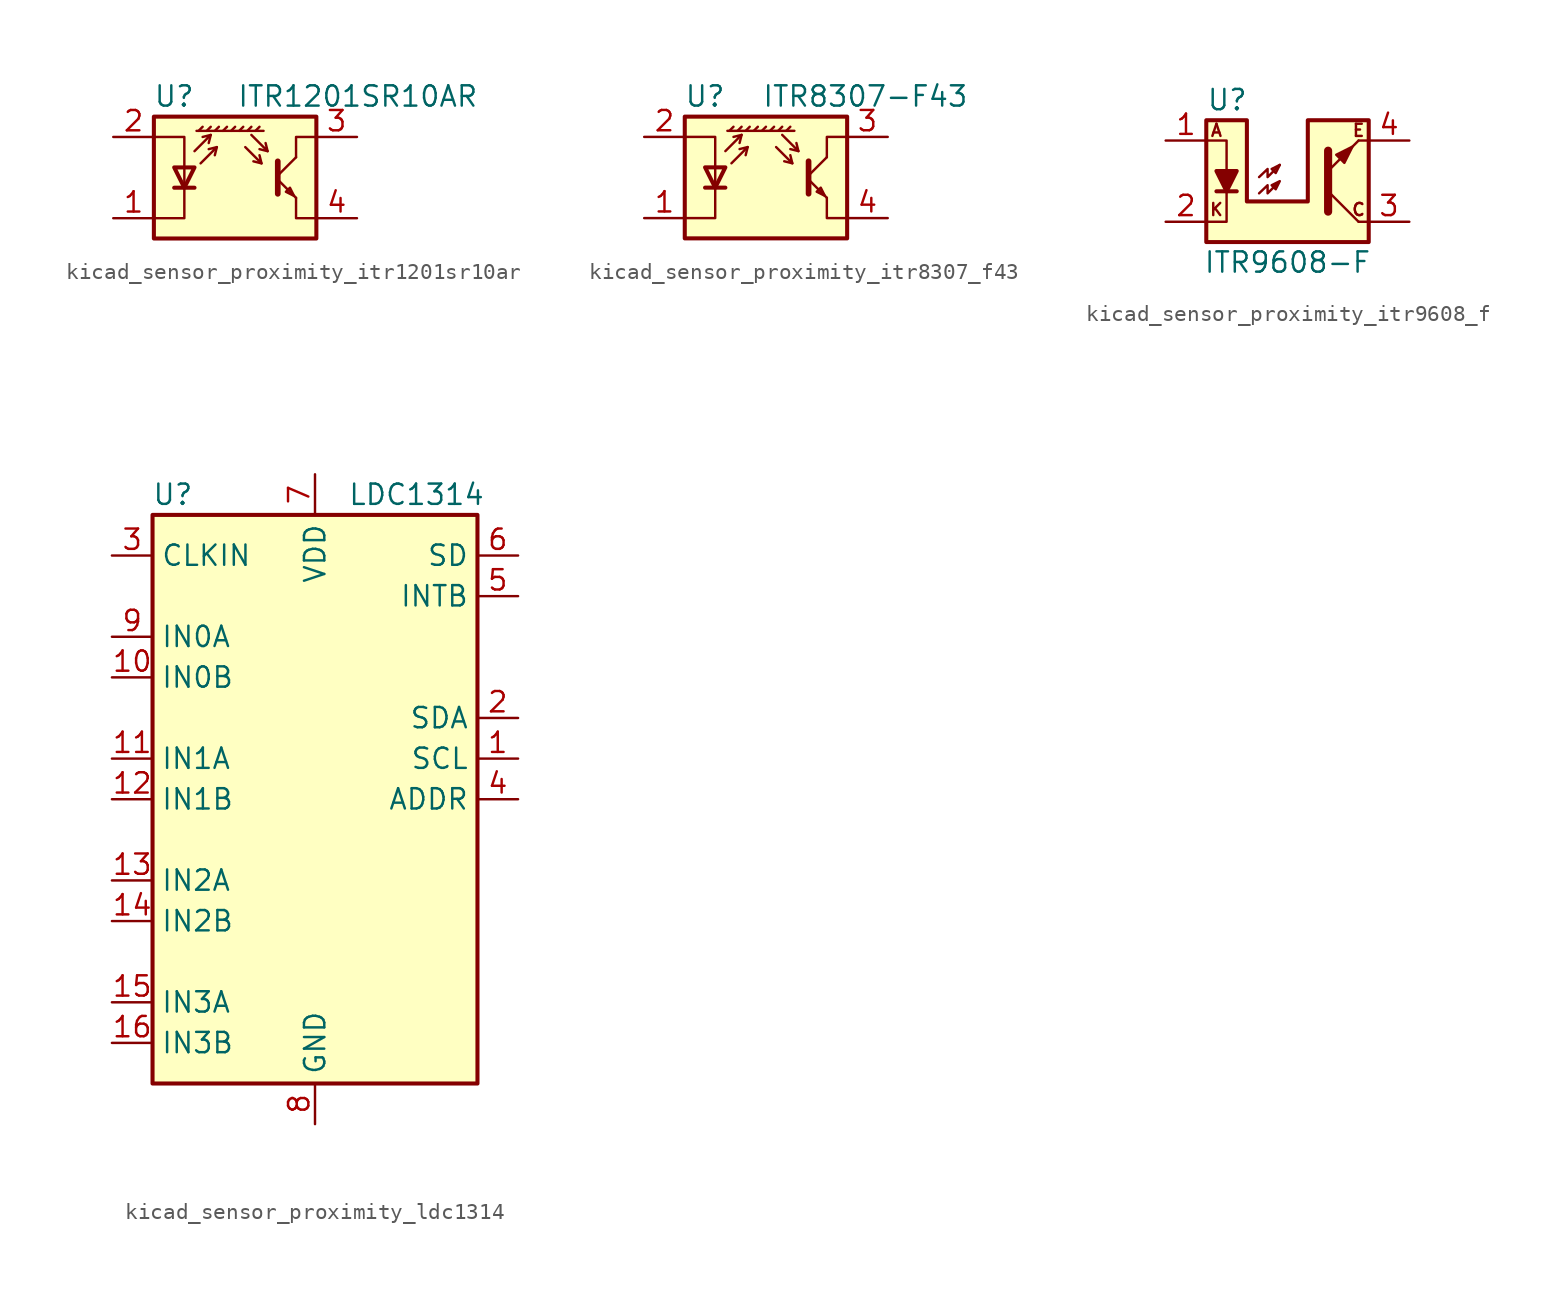
<source format=kicad_sym>
(kicad_symbol_lib
  (version 20220914)
  (generator kicad_symbol_editor)
  (symbol "kicad_sensor_proximity_itr1201sr10ar"
    (pin_names
      (offset 0.025) hide)
    (property "Reference" "U"
      (at -3.81 5.08 0)
      (effects (font (size 1.27 1.27))))
    (property "Value" "ITR1201SR10AR"
      (at 15.24 5.08 0)
      (effects (font (size 1.27 1.27)) (justify right)))
    (symbol "kicad_sensor_proximity_itr1201sr10ar_0_1"
      (polyline (pts (xy -3.81 -0.635) (xy -2.54 -0.635)) (stroke (width 0.254) (type default)) (fill (type none)))
      (polyline (pts (xy -2.286 2.921) (xy -2.032 3.175)) (stroke (width 0) (type default)) (fill (type none)))
      (polyline (pts (xy -1.778 2.921) (xy -1.524 3.175)) (stroke (width 0) (type default)) (fill (type none)))
      (polyline (pts (xy -1.524 2.667) (xy -1.651 2.159)) (stroke (width 0) (type default)) (fill (type none)))
      (polyline (pts (xy -1.27 2.921) (xy -1.016 3.175)) (stroke (width 0) (type default)) (fill (type none)))
      (polyline (pts (xy -1.143 1.905) (xy -1.27 1.397)) (stroke (width 0) (type default)) (fill (type none)))
      (polyline (pts (xy -0.762 2.921) (xy -0.508 3.175)) (stroke (width 0) (type default)) (fill (type none)))
      (polyline (pts (xy -0.254 2.921) (xy 0 3.175)) (stroke (width 0) (type default)) (fill (type none)))
      (polyline (pts (xy 0.254 2.921) (xy 0.508 3.175)) (stroke (width 0) (type default)) (fill (type none)))
      (polyline (pts (xy 0.762 2.921) (xy 1.016 3.175)) (stroke (width 0) (type default)) (fill (type none)))
      (polyline (pts (xy 1.27 2.921) (xy 1.524 3.175)) (stroke (width 0) (type default)) (fill (type none)))
      (polyline (pts (xy 1.651 0.889) (xy 1.143 1.016)) (stroke (width 0) (type default)) (fill (type none)))
      (polyline (pts (xy 1.778 2.921) (xy -2.413 2.921)) (stroke (width 0) (type default)) (fill (type none)))
      (polyline (pts (xy 2.032 1.651) (xy 1.524 1.778)) (stroke (width 0) (type default)) (fill (type none)))
      (polyline (pts (xy 2.667 -0.127) (xy 3.81 -1.27)) (stroke (width 0) (type default)) (fill (type none)))
      (polyline (pts (xy 2.667 0.127) (xy 3.81 1.27)) (stroke (width 0) (type default)) (fill (type none)))
      (polyline (pts (xy -2.54 1.651) (xy -1.524 2.667) (xy -2.032 2.54)) (stroke (width 0) (type default)) (fill (type none)))
      (polyline (pts (xy -2.159 0.889) (xy -1.143 1.905) (xy -1.651 1.778)) (stroke (width 0) (type default)) (fill (type none)))
      (polyline (pts (xy 0.635 1.905) (xy 1.651 0.889) (xy 1.524 1.397)) (stroke (width 0) (type default)) (fill (type none)))
      (polyline (pts (xy 1.016 2.667) (xy 2.032 1.651) (xy 1.905 2.159)) (stroke (width 0) (type default)) (fill (type none)))
      (polyline (pts (xy 2.667 1.016) (xy 2.667 -1.016) (xy 2.667 -1.016)) (stroke (width 0.356) (type default)) (fill (type none)))
      (polyline (pts (xy 3.81 -1.27) (xy 3.81 -2.54) (xy 5.08 -2.54)) (stroke (width 0) (type default)) (fill (type none)))
      (polyline (pts (xy 3.81 1.27) (xy 3.81 2.54) (xy 5.08 2.54)) (stroke (width 0) (type default)) (fill (type none)))
      (polyline (pts (xy -5.08 -2.54) (xy -3.175 -2.54) (xy -3.175 2.54) (xy -5.08 2.54)) (stroke (width 0) (type default)) (fill (type none)))
      (polyline (pts (xy -3.175 -0.635) (xy -3.81 0.635) (xy -2.54 0.635) (xy -3.175 -0.635)) (stroke (width 0.254) (type default)) (fill (type none)))
      (polyline (pts (xy 3.683 -1.143) (xy 3.429 -0.635) (xy 3.175 -0.889) (xy 3.683 -1.143)) (stroke (width 0) (type default)) (fill (type none)))
      (polyline (pts (xy -5.08 -3.81) (xy 5.08 -3.81) (xy 5.08 3.81) (xy -5.08 3.81) (xy -5.08 -3.81)) (stroke (width 0.254) (type default)) (fill (type background))))
    (symbol "kicad_sensor_proximity_itr1201sr10ar_1_1"
      (pin passive line (at -7.62 -2.54 0) (length 2.54) (name "K" (effects (font (size 1.27 1.27)))) (number "1" (effects (font (size 1.27 1.27)))))
      (pin passive line (at -7.62 2.54 0) (length 2.54) (name "A" (effects (font (size 1.27 1.27)))) (number "2" (effects (font (size 1.27 1.27)))))
      (pin open_collector line (at 7.62 2.54 180) (length 2.54) (name "~" (effects (font (size 1.27 1.27)))) (number "3" (effects (font (size 1.27 1.27)))))
      (pin open_emitter line (at 7.62 -2.54 180) (length 2.54) (name "~" (effects (font (size 1.27 1.27)))) (number "4" (effects (font (size 1.27 1.27)))))))
  (symbol "kicad_sensor_proximity_itr8307_f43"
    (pin_names
      (offset 0.025) hide)
    (property "Reference" "U"
      (at -3.81 5.08 0)
      (effects (font (size 1.27 1.27))))
    (property "Value" "ITR8307-F43"
      (at 12.7 5.08 0)
      (effects (font (size 1.27 1.27)) (justify right)))
    (symbol "kicad_sensor_proximity_itr8307_f43_0_1"
      (polyline (pts (xy -3.81 -0.635) (xy -2.54 -0.635)) (stroke (width 0.254) (type default)) (fill (type none)))
      (polyline (pts (xy -2.286 2.921) (xy -2.032 3.175)) (stroke (width 0) (type default)) (fill (type none)))
      (polyline (pts (xy -1.778 2.921) (xy -1.524 3.175)) (stroke (width 0) (type default)) (fill (type none)))
      (polyline (pts (xy -1.524 2.667) (xy -1.651 2.159)) (stroke (width 0) (type default)) (fill (type none)))
      (polyline (pts (xy -1.27 2.921) (xy -1.016 3.175)) (stroke (width 0) (type default)) (fill (type none)))
      (polyline (pts (xy -1.143 1.905) (xy -1.27 1.397)) (stroke (width 0) (type default)) (fill (type none)))
      (polyline (pts (xy -0.762 2.921) (xy -0.508 3.175)) (stroke (width 0) (type default)) (fill (type none)))
      (polyline (pts (xy -0.254 2.921) (xy 0 3.175)) (stroke (width 0) (type default)) (fill (type none)))
      (polyline (pts (xy 0.254 2.921) (xy 0.508 3.175)) (stroke (width 0) (type default)) (fill (type none)))
      (polyline (pts (xy 0.762 2.921) (xy 1.016 3.175)) (stroke (width 0) (type default)) (fill (type none)))
      (polyline (pts (xy 1.27 2.921) (xy 1.524 3.175)) (stroke (width 0) (type default)) (fill (type none)))
      (polyline (pts (xy 1.651 0.889) (xy 1.143 1.016)) (stroke (width 0) (type default)) (fill (type none)))
      (polyline (pts (xy 1.778 2.921) (xy -2.413 2.921)) (stroke (width 0) (type default)) (fill (type none)))
      (polyline (pts (xy 2.032 1.651) (xy 1.524 1.778)) (stroke (width 0) (type default)) (fill (type none)))
      (polyline (pts (xy 2.667 -0.127) (xy 3.81 -1.27)) (stroke (width 0) (type default)) (fill (type none)))
      (polyline (pts (xy 2.667 0.127) (xy 3.81 1.27)) (stroke (width 0) (type default)) (fill (type none)))
      (polyline (pts (xy -2.54 1.651) (xy -1.524 2.667) (xy -2.032 2.54)) (stroke (width 0) (type default)) (fill (type none)))
      (polyline (pts (xy -2.159 0.889) (xy -1.143 1.905) (xy -1.651 1.778)) (stroke (width 0) (type default)) (fill (type none)))
      (polyline (pts (xy 0.635 1.905) (xy 1.651 0.889) (xy 1.524 1.397)) (stroke (width 0) (type default)) (fill (type none)))
      (polyline (pts (xy 1.016 2.667) (xy 2.032 1.651) (xy 1.905 2.159)) (stroke (width 0) (type default)) (fill (type none)))
      (polyline (pts (xy 2.667 1.016) (xy 2.667 -1.016) (xy 2.667 -1.016)) (stroke (width 0.356) (type default)) (fill (type none)))
      (polyline (pts (xy 3.81 -1.27) (xy 3.81 -2.54) (xy 5.08 -2.54)) (stroke (width 0) (type default)) (fill (type none)))
      (polyline (pts (xy 3.81 1.27) (xy 3.81 2.54) (xy 5.08 2.54)) (stroke (width 0) (type default)) (fill (type none)))
      (polyline (pts (xy -5.08 -2.54) (xy -3.175 -2.54) (xy -3.175 2.54) (xy -5.08 2.54)) (stroke (width 0) (type default)) (fill (type none)))
      (polyline (pts (xy -3.175 -0.635) (xy -3.81 0.635) (xy -2.54 0.635) (xy -3.175 -0.635)) (stroke (width 0.254) (type default)) (fill (type none)))
      (polyline (pts (xy 3.683 -1.143) (xy 3.429 -0.635) (xy 3.175 -0.889) (xy 3.683 -1.143)) (stroke (width 0) (type default)) (fill (type none)))
      (polyline (pts (xy -5.08 -3.81) (xy 5.08 -3.81) (xy 5.08 3.81) (xy -5.08 3.81) (xy -5.08 -3.81)) (stroke (width 0.254) (type default)) (fill (type background))))
    (symbol "kicad_sensor_proximity_itr8307_f43_1_1"
      (pin passive line (at -7.62 -2.54 0) (length 2.54) (name "K" (effects (font (size 1.27 1.27)))) (number "1" (effects (font (size 1.27 1.27)))))
      (pin passive line (at -7.62 2.54 0) (length 2.54) (name "A" (effects (font (size 1.27 1.27)))) (number "2" (effects (font (size 1.27 1.27)))))
      (pin open_collector line (at 7.62 2.54 180) (length 2.54) (name "C" (effects (font (size 1.27 1.27)))) (number "3" (effects (font (size 1.27 1.27)))))
      (pin open_emitter line (at 7.62 -2.54 180) (length 2.54) (name "E" (effects (font (size 1.27 1.27)))) (number "4" (effects (font (size 1.27 1.27)))))))
  (symbol "kicad_sensor_proximity_itr9608_f"
    (property "Reference" "U"
      (at -5.08 5.08 0)
      (effects (font (size 1.27 1.27)) (justify left)))
    (property "Value" "ITR9608-F"
      (at 0 -5.08 0)
      (effects (font (size 1.27 1.27))))
    (symbol "kicad_sensor_proximity_itr9608_f_0_0"
      (text "A" (at -4.445 3.175 0) (effects (font (size 0.762 0.762))))
      (text "C" (at 4.445 -1.778 0) (effects (font (size 0.762 0.762))))
      (text "E" (at 4.445 3.175 0) (effects (font (size 0.762 0.762))))
      (text "K" (at -4.445 -1.778 0) (effects (font (size 0.762 0.762)))))
    (symbol "kicad_sensor_proximity_itr9608_f_0_1"
      (polyline (pts (xy -4.445 -0.635) (xy -3.175 -0.635)) (stroke (width 0.254) (type default)) (fill (type none)))
      (polyline (pts (xy 2.54 -0.635) (xy 4.445 -2.54)) (stroke (width 0) (type default)) (fill (type none)))
      (polyline (pts (xy 4.445 -2.54) (xy 5.08 -2.54)) (stroke (width 0) (type default)) (fill (type none)))
      (polyline (pts (xy 4.445 2.54) (xy 2.54 0.635)) (stroke (width 0) (type default)) (fill (type outline)))
      (polyline (pts (xy 4.445 2.54) (xy 5.08 2.54)) (stroke (width 0) (type default)) (fill (type none)))
      (polyline (pts (xy -5.08 -2.54) (xy -3.81 -2.54) (xy -3.81 -0.635)) (stroke (width 0) (type default)) (fill (type none)))
      (polyline (pts (xy -5.08 2.54) (xy -3.81 2.54) (xy -3.81 0.635)) (stroke (width 0) (type default)) (fill (type none)))
      (polyline (pts (xy 2.54 -1.905) (xy 2.54 1.905) (xy 2.54 1.905)) (stroke (width 0.508) (type default)) (fill (type none)))
      (polyline (pts (xy -3.81 -0.635) (xy -4.445 0.635) (xy -3.175 0.635) (xy -3.81 -0.635)) (stroke (width 0.254) (type default)) (fill (type outline)))
      (polyline (pts (xy -1.778 0.254) (xy -1.245 0.762) (xy -1.245 0.254) (xy -0.483 1.016)) (stroke (width 0) (type default)) (fill (type none)))
      (polyline (pts (xy -0.483 1.016) (xy -0.991 0.762) (xy -0.737 0.508) (xy -0.483 1.016)) (stroke (width 0) (type default)) (fill (type none)))
      (polyline (pts (xy 3.048 1.651) (xy 3.556 1.143) (xy 4.064 2.159) (xy 3.048 1.651) (xy 3.048 1.651)) (stroke (width 0) (type default)) (fill (type outline)))
      (polyline (pts (xy -1.778 -0.762) (xy -1.245 -0.254) (xy -1.245 -0.762) (xy -0.483 0) (xy -0.991 -0.254) (xy -0.737 -0.508) (xy -0.483 0)) (stroke (width 0) (type default)) (fill (type none)))
      (polyline (pts (xy -5.08 3.81) (xy -5.08 -3.81) (xy 5.08 -3.81) (xy 5.08 3.81) (xy 1.27 3.81) (xy 1.27 -1.27) (xy -2.54 -1.27) (xy -2.54 3.81) (xy -5.08 3.81)) (stroke (width 0.254) (type default)) (fill (type background))))
    (symbol "kicad_sensor_proximity_itr9608_f_1_1"
      (pin passive line (at -7.62 2.54 0) (length 2.54) (name "~" (effects (font (size 1.27 1.27)))) (number "1" (effects (font (size 1.27 1.27)))))
      (pin passive line (at -7.62 -2.54 0) (length 2.54) (name "~" (effects (font (size 1.27 1.27)))) (number "2" (effects (font (size 1.27 1.27)))))
      (pin open_collector line (at 7.62 -2.54 180) (length 2.54) (name "~" (effects (font (size 1.27 1.27)))) (number "3" (effects (font (size 1.27 1.27)))))
      (pin open_emitter line (at 7.62 2.54 180) (length 2.54) (name "~" (effects (font (size 1.27 1.27)))) (number "4" (effects (font (size 1.27 1.27)))))))
  (symbol "kicad_sensor_proximity_ldc1314"
    (property "Reference" "U"
      (at -8.89 19.05 0)
      (effects (font (size 1.27 1.27))))
    (property "Value" "LDC1314"
      (at 6.35 19.05 0)
      (effects (font (size 1.27 1.27))))
    (symbol "kicad_sensor_proximity_ldc1314_0_1"
      (rectangle (start -10.16 -17.78) (end 10.16 17.78) (stroke (width 0.254) (type default)) (fill (type background))))
    (symbol "kicad_sensor_proximity_ldc1314_1_1"
      (pin input line (at 12.7 2.54 180) (length 2.54) (name "SCL" (effects (font (size 1.27 1.27)))) (number "1" (effects (font (size 1.27 1.27)))))
      (pin input line (at -12.7 7.62 0) (length 2.54) (name "IN0B" (effects (font (size 1.27 1.27)))) (number "10" (effects (font (size 1.27 1.27)))))
      (pin input line (at -12.7 2.54 0) (length 2.54) (name "IN1A" (effects (font (size 1.27 1.27)))) (number "11" (effects (font (size 1.27 1.27)))))
      (pin input line (at -12.7 0 0) (length 2.54) (name "IN1B" (effects (font (size 1.27 1.27)))) (number "12" (effects (font (size 1.27 1.27)))))
      (pin input line (at -12.7 -5.08 0) (length 2.54) (name "IN2A" (effects (font (size 1.27 1.27)))) (number "13" (effects (font (size 1.27 1.27)))))
      (pin input line (at -12.7 -7.62 0) (length 2.54) (name "IN2B" (effects (font (size 1.27 1.27)))) (number "14" (effects (font (size 1.27 1.27)))))
      (pin input line (at -12.7 -12.7 0) (length 2.54) (name "IN3A" (effects (font (size 1.27 1.27)))) (number "15" (effects (font (size 1.27 1.27)))))
      (pin input line (at -12.7 -15.24 0) (length 2.54) (name "IN3B" (effects (font (size 1.27 1.27)))) (number "16" (effects (font (size 1.27 1.27)))))
      (pin passive line (at 0 -20.32 90) (length 2.54) hide (name "GND" (effects (font (size 1.27 1.27)))) (number "17" (effects (font (size 1.27 1.27)))))
      (pin bidirectional line (at 12.7 5.08 180) (length 2.54) (name "SDA" (effects (font (size 1.27 1.27)))) (number "2" (effects (font (size 1.27 1.27)))))
      (pin input line (at -12.7 15.24 0) (length 2.54) (name "CLKIN" (effects (font (size 1.27 1.27)))) (number "3" (effects (font (size 1.27 1.27)))))
      (pin input line (at 12.7 0 180) (length 2.54) (name "ADDR" (effects (font (size 1.27 1.27)))) (number "4" (effects (font (size 1.27 1.27)))))
      (pin open_collector line (at 12.7 12.7 180) (length 2.54) (name "INTB" (effects (font (size 1.27 1.27)))) (number "5" (effects (font (size 1.27 1.27)))))
      (pin input line (at 12.7 15.24 180) (length 2.54) (name "SD" (effects (font (size 1.27 1.27)))) (number "6" (effects (font (size 1.27 1.27)))))
      (pin power_in line (at 0 20.32 270) (length 2.54) (name "VDD" (effects (font (size 1.27 1.27)))) (number "7" (effects (font (size 1.27 1.27)))))
      (pin power_in line (at 0 -20.32 90) (length 2.54) (name "GND" (effects (font (size 1.27 1.27)))) (number "8" (effects (font (size 1.27 1.27)))))
      (pin input line (at -12.7 10.16 0) (length 2.54) (name "IN0A" (effects (font (size 1.27 1.27)))) (number "9" (effects (font (size 1.27 1.27))))))))
</source>
